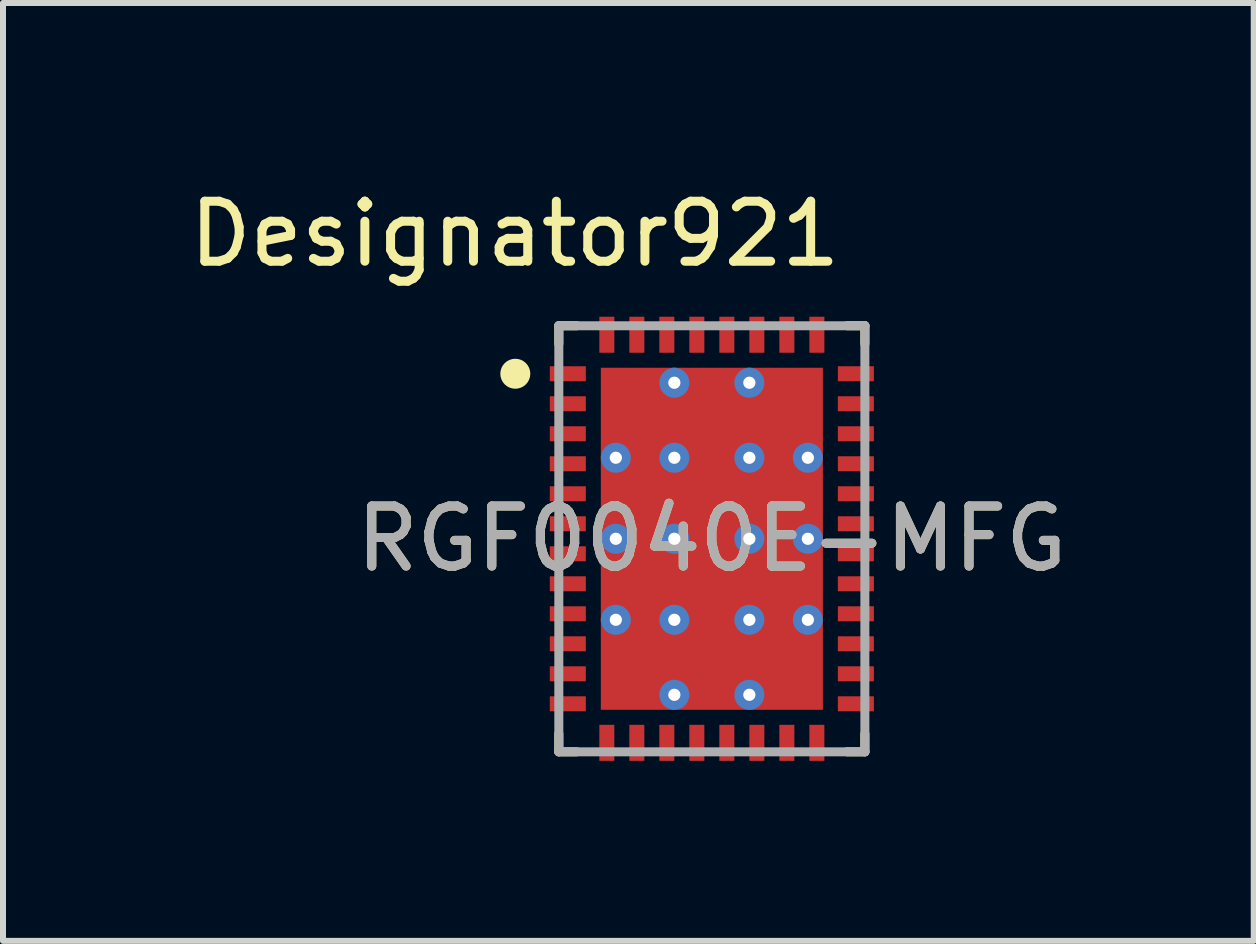
<source format=kicad_pcb>
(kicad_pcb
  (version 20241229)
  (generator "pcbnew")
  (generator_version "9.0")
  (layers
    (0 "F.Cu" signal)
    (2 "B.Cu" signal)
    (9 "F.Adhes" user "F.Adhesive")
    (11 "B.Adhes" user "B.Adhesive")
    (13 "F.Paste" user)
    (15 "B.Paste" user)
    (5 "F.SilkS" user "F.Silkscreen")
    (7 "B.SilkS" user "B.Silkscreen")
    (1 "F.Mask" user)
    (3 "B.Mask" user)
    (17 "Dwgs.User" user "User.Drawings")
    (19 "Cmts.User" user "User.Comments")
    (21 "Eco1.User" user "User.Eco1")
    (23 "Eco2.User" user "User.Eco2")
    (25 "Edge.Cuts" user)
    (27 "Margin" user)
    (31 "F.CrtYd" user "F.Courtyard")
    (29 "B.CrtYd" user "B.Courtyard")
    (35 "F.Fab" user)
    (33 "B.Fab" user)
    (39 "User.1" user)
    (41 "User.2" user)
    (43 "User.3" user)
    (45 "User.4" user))
  (footprint "RGF0040E-MFG"
    (layer "F.Cu")
    (at 8.812 5.928)
    (property "Reference" "RGF0040E-MFG" (at 0 0 0) (unlocked yes) (layer "F.SilkS") (effects (font (size 1 1) (thickness 0.15))))
    (attr smd)
    (fp_line (start -2.55 -3.55) (end -2.25 -3.55) (stroke (width 0.15) (type solid)) (layer "F.SilkS"))
    (fp_line (start -2.55 -3.25) (end -2.55 -3.55) (stroke (width 0.15) (type solid)) (layer "F.SilkS"))
    (fp_line (start -2.55 3.55) (end -2.55 3.25) (stroke (width 0.15) (type solid)) (layer "F.SilkS"))
    (fp_line (start -2.55 3.55) (end -2.25 3.55) (stroke (width 0.15) (type solid)) (layer "F.SilkS"))
    (fp_line (start 2.25 -3.55) (end 2.55 -3.55) (stroke (width 0.15) (type solid)) (layer "F.SilkS"))
    (fp_line (start 2.25 3.55) (end 2.55 3.55) (stroke (width 0.15) (type solid)) (layer "F.SilkS"))
    (fp_line (start 2.55 -3.25) (end 2.55 -3.55) (stroke (width 0.15) (type solid)) (layer "F.SilkS"))
    (fp_line (start 2.55 3.55) (end 2.55 3.25) (stroke (width 0.15) (type solid)) (layer "F.SilkS"))
    (fp_circle (center -3.275 -2.75) (end -3.15 -2.75) (stroke (width 0.25) (type solid)) (fill no) (layer "F.SilkS"))
    (fp_poly (pts (xy -1.775 -1.2) (xy -1.725 -1.25) (xy -0.775 -1.25) (xy -0.725 -1.2) (xy -0.725 -0.15) (xy -0.775 -0.1) (xy -1.725 -0.1) (xy -1.775 -0.15)) (stroke (width 0) (type solid)) (fill yes) (layer "F.Paste"))
    (fp_poly (pts (xy -0.775 1.25) (xy -1.725 1.25) (xy -1.775 1.2) (xy -1.775 0.15) (xy -1.725 0.1) (xy -0.775 0.1) (xy -0.725 0.15) (xy -0.725 1.2)) (stroke (width 0) (type solid)) (fill yes) (layer "F.Paste"))
    (fp_poly (pts (xy -0.775 1.45) (xy -0.725 1.5) (xy -0.725 2.55) (xy -0.775 2.6) (xy -1.725 2.6) (xy -1.775 2.55) (xy -1.775 1.5) (xy -1.725 1.45)) (stroke (width 0) (type solid)) (fill yes) (layer "F.Paste"))
    (fp_poly (pts (xy -0.725 -1.5) (xy -0.775 -1.45) (xy -1.725 -1.45) (xy -1.775 -1.5) (xy -1.775 -2.55) (xy -1.725 -2.6) (xy -0.775 -2.6) (xy -0.725 -2.55)) (stroke (width 0) (type solid)) (fill yes) (layer "F.Paste"))
    (fp_poly (pts (xy -0.475 0.1) (xy 0.475 0.1) (xy 0.525 0.15) (xy 0.525 1.2) (xy 0.475 1.25) (xy -0.475 1.25) (xy -0.525 1.2) (xy -0.525 0.15)) (stroke (width 0) (type solid)) (fill yes) (layer "F.Paste"))
    (fp_poly (pts (xy 0.475 -1.45) (xy -0.475 -1.45) (xy -0.525 -1.5) (xy -0.525 -2.55) (xy -0.475 -2.6) (xy 0.475 -2.6) (xy 0.525 -2.55) (xy 0.525 -1.5)) (stroke (width 0) (type solid)) (fill yes) (layer "F.Paste"))
    (fp_poly (pts (xy 0.475 -0.1) (xy -0.475 -0.1) (xy -0.525 -0.15) (xy -0.525 -1.2) (xy -0.475 -1.25) (xy 0.475 -1.25) (xy 0.525 -1.2) (xy 0.525 -0.15)) (stroke (width 0) (type solid)) (fill yes) (layer "F.Paste"))
    (fp_poly (pts (xy 0.525 2.55) (xy 0.475 2.6) (xy -0.475 2.6) (xy -0.525 2.55) (xy -0.525 1.5) (xy -0.475 1.45) (xy 0.475 1.45) (xy 0.525 1.5)) (stroke (width 0) (type solid)) (fill yes) (layer "F.Paste"))
    (fp_poly (pts (xy 0.725 -2.55) (xy 0.775 -2.6) (xy 1.725 -2.6) (xy 1.775 -2.55) (xy 1.775 -1.5) (xy 1.725 -1.45) (xy 0.775 -1.45) (xy 0.725 -1.5)) (stroke (width 0) (type solid)) (fill yes) (layer "F.Paste"))
    (fp_poly (pts (xy 0.725 2.55) (xy 0.725 1.5) (xy 0.775 1.45) (xy 1.725 1.45) (xy 1.775 1.5) (xy 1.775 2.55) (xy 1.725 2.6) (xy 0.775 2.6)) (stroke (width 0) (type solid)) (fill yes) (layer "F.Paste"))
    (fp_poly (pts (xy 1.725 -1.25) (xy 1.775 -1.2) (xy 1.775 -0.15) (xy 1.725 -0.1) (xy 0.775 -0.1) (xy 0.725 -0.15) (xy 0.725 -1.2) (xy 0.775 -1.25)) (stroke (width 0) (type solid)) (fill yes) (layer "F.Paste"))
    (fp_poly (pts (xy 1.775 0.15) (xy 1.775 1.2) (xy 1.725 1.25) (xy 0.775 1.25) (xy 0.725 1.2) (xy 0.725 0.15) (xy 0.775 0.1) (xy 1.725 0.1)) (stroke (width 0) (type solid)) (fill yes) (layer "F.Paste"))
    (fp_line (start -2.55 -3.55) (end 2.55 -3.55) (stroke (width 0.15) (type solid)) (layer "F.Fab"))
    (fp_line (start -2.55 3.55) (end -2.55 -3.55) (stroke (width 0.15) (type solid)) (layer "F.Fab"))
    (fp_line (start -2.55 3.55) (end 2.55 3.55) (stroke (width 0.15) (type solid)) (layer "F.Fab"))
    (fp_line (start 2.55 3.55) (end 2.55 -3.55) (stroke (width 0.15) (type solid)) (layer "F.Fab"))
    (fp_text user "Designator921" (at -3.282 -5.08 0) (unlocked yes) (layer "F.SilkS") (effects (font (size 1 1) (thickness 0.15))))
    (fp_text user "${REFERENCE}" (at 0 0 0) (unlocked yes) (layer "F.Fab") (effects (font (size 1 1) (thickness 0.15))))
    (pad "1" smd rect (at -2.4 -2.75 90) (size 0.25 0.6) (layers "F.Cu" "F.Mask" "F.Paste"))
    (pad "2" smd rect (at -2.4 -2.25 90) (size 0.25 0.6) (layers "F.Cu" "F.Mask" "F.Paste"))
    (pad "3" smd rect (at -2.4 -1.75 90) (size 0.25 0.6) (layers "F.Cu" "F.Mask" "F.Paste"))
    (pad "4" smd rect (at -2.4 -1.25 90) (size 0.25 0.6) (layers "F.Cu" "F.Mask" "F.Paste"))
    (pad "5" smd rect (at -2.4 -0.75 90) (size 0.25 0.6) (layers "F.Cu" "F.Mask" "F.Paste"))
    (pad "6" smd rect (at -2.4 -0.25 90) (size 0.25 0.6) (layers "F.Cu" "F.Mask" "F.Paste"))
    (pad "7" smd rect (at -2.4 0.25 90) (size 0.25 0.6) (layers "F.Cu" "F.Mask" "F.Paste"))
    (pad "8" smd rect (at -2.4 0.75 90) (size 0.25 0.6) (layers "F.Cu" "F.Mask" "F.Paste"))
    (pad "9" smd rect (at -2.4 1.25 90) (size 0.25 0.6) (layers "F.Cu" "F.Mask" "F.Paste"))
    (pad "10" smd rect (at -2.4 1.75 90) (size 0.25 0.6) (layers "F.Cu" "F.Mask" "F.Paste"))
    (pad "11" smd rect (at -2.4 2.25 90) (size 0.25 0.6) (layers "F.Cu" "F.Mask" "F.Paste"))
    (pad "12" smd rect (at -2.4 2.75 90) (size 0.25 0.6) (layers "F.Cu" "F.Mask" "F.Paste"))
    (pad "13" smd rect (at -1.75 3.4) (size 0.25 0.6) (layers "F.Cu" "F.Mask" "F.Paste"))
    (pad "14" smd rect (at -1.25 3.4) (size 0.25 0.6) (layers "F.Cu" "F.Mask" "F.Paste"))
    (pad "15" smd rect (at -0.75 3.4) (size 0.25 0.6) (layers "F.Cu" "F.Mask" "F.Paste"))
    (pad "16" smd rect (at -0.25 3.4) (size 0.25 0.6) (layers "F.Cu" "F.Mask" "F.Paste"))
    (pad "17" smd rect (at 0.25 3.4) (size 0.25 0.6) (layers "F.Cu" "F.Mask" "F.Paste"))
    (pad "18" smd rect (at 0.75 3.4) (size 0.25 0.6) (layers "F.Cu" "F.Mask" "F.Paste"))
    (pad "19" smd rect (at 1.25 3.4) (size 0.25 0.6) (layers "F.Cu" "F.Mask" "F.Paste"))
    (pad "20" smd rect (at 1.75 3.4) (size 0.25 0.6) (layers "F.Cu" "F.Mask" "F.Paste"))
    (pad "21" smd rect (at 2.4 2.75 90) (size 0.25 0.6) (layers "F.Cu" "F.Mask" "F.Paste"))
    (pad "22" smd rect (at 2.4 2.25 90) (size 0.25 0.6) (layers "F.Cu" "F.Mask" "F.Paste"))
    (pad "23" smd rect (at 2.4 1.75 90) (size 0.25 0.6) (layers "F.Cu" "F.Mask" "F.Paste"))
    (pad "24" smd rect (at 2.4 1.25 90) (size 0.25 0.6) (layers "F.Cu" "F.Mask" "F.Paste"))
    (pad "25" smd rect (at 2.4 0.75 90) (size 0.25 0.6) (layers "F.Cu" "F.Mask" "F.Paste"))
    (pad "26" smd rect (at 2.4 0.25 90) (size 0.25 0.6) (layers "F.Cu" "F.Mask" "F.Paste"))
    (pad "27" smd rect (at 2.4 -0.25 90) (size 0.25 0.6) (layers "F.Cu" "F.Mask" "F.Paste"))
    (pad "28" smd rect (at 2.4 -0.75 90) (size 0.25 0.6) (layers "F.Cu" "F.Mask" "F.Paste"))
    (pad "29" smd rect (at 2.4 -1.25 90) (size 0.25 0.6) (layers "F.Cu" "F.Mask" "F.Paste"))
    (pad "30" smd rect (at 2.4 -1.75 90) (size 0.25 0.6) (layers "F.Cu" "F.Mask" "F.Paste"))
    (pad "31" smd rect (at 2.4 -2.25 90) (size 0.25 0.6) (layers "F.Cu" "F.Mask" "F.Paste"))
    (pad "32" smd rect (at 2.4 -2.75 90) (size 0.25 0.6) (layers "F.Cu" "F.Mask" "F.Paste"))
    (pad "33" smd rect (at 1.75 -3.4) (size 0.25 0.6) (layers "F.Cu" "F.Mask" "F.Paste"))
    (pad "34" smd rect (at 1.25 -3.4) (size 0.25 0.6) (layers "F.Cu" "F.Mask" "F.Paste"))
    (pad "35" smd rect (at 0.75 -3.4) (size 0.25 0.6) (layers "F.Cu" "F.Mask" "F.Paste"))
    (pad "36" smd rect (at 0.25 -3.4) (size 0.25 0.6) (layers "F.Cu" "F.Mask" "F.Paste"))
    (pad "37" smd rect (at -0.25 -3.4) (size 0.25 0.6) (layers "F.Cu" "F.Mask" "F.Paste"))
    (pad "38" smd rect (at -0.75 -3.4) (size 0.25 0.6) (layers "F.Cu" "F.Mask" "F.Paste"))
    (pad "39" smd rect (at -1.25 -3.4) (size 0.25 0.6) (layers "F.Cu" "F.Mask" "F.Paste"))
    (pad "40" smd rect (at -1.75 -3.4) (size 0.25 0.6) (layers "F.Cu" "F.Mask" "F.Paste"))
    (pad "41" smd rect (at 0 0) (size 3.7 5.7) (layers "F.Cu" "F.Mask"))
    (pad "42" thru_hole circle (at 0.625 2.6) (size 0.5 0.5) (drill 0.203) (layers "*.Cu" "*.Mask"))
    (pad "43" thru_hole circle (at -0.625 2.6) (size 0.5 0.5) (drill 0.203) (layers "*.Cu" "*.Mask"))
    (pad "44" thru_hole circle (at 0.625 -2.6) (size 0.5 0.5) (drill 0.203) (layers "*.Cu" "*.Mask"))
    (pad "45" thru_hole circle (at -0.625 -2.6) (size 0.5 0.5) (drill 0.203) (layers "*.Cu" "*.Mask"))
    (pad "46" thru_hole circle (at -0.625 1.35) (size 0.5 0.5) (drill 0.203) (layers "*.Cu" "*.Mask"))
    (pad "47" thru_hole circle (at -0.625 0) (size 0.5 0.5) (drill 0.203) (layers "*.Cu" "*.Mask"))
    (pad "48" thru_hole circle (at -0.625 -1.35) (size 0.5 0.5) (drill 0.203) (layers "*.Cu" "*.Mask"))
    (pad "49" thru_hole circle (at 0.625 1.35) (size 0.5 0.5) (drill 0.203) (layers "*.Cu" "*.Mask"))
    (pad "50" thru_hole circle (at 0.625 0) (size 0.5 0.5) (drill 0.203) (layers "*.Cu" "*.Mask"))
    (pad "51" thru_hole circle (at 0.625 -1.35) (size 0.5 0.5) (drill 0.203) (layers "*.Cu" "*.Mask"))
    (pad "52" thru_hole circle (at 1.6 1.35) (size 0.5 0.5) (drill 0.203) (layers "*.Cu" "*.Mask"))
    (pad "53" thru_hole circle (at 1.6 0) (size 0.5 0.5) (drill 0.203) (layers "*.Cu" "*.Mask"))
    (pad "54" thru_hole circle (at 1.6 -1.35) (size 0.5 0.5) (drill 0.203) (layers "*.Cu" "*.Mask"))
    (pad "55" thru_hole circle (at -1.6 1.35) (size 0.5 0.5) (drill 0.203) (layers "*.Cu" "*.Mask"))
    (pad "56" thru_hole circle (at -1.6 0) (size 0.5 0.5) (drill 0.203) (layers "*.Cu" "*.Mask"))
    (pad "57" thru_hole circle (at -1.6 -1.35) (size 0.5 0.5) (drill 0.203) (layers "*.Cu" "*.Mask")))
  (gr_rect
    (start -3 -3)
    (end 17.842 12.628)
    (stroke (width 0.1) (type default))
    (fill no)
    (layer "Edge.Cuts")))
</source>
